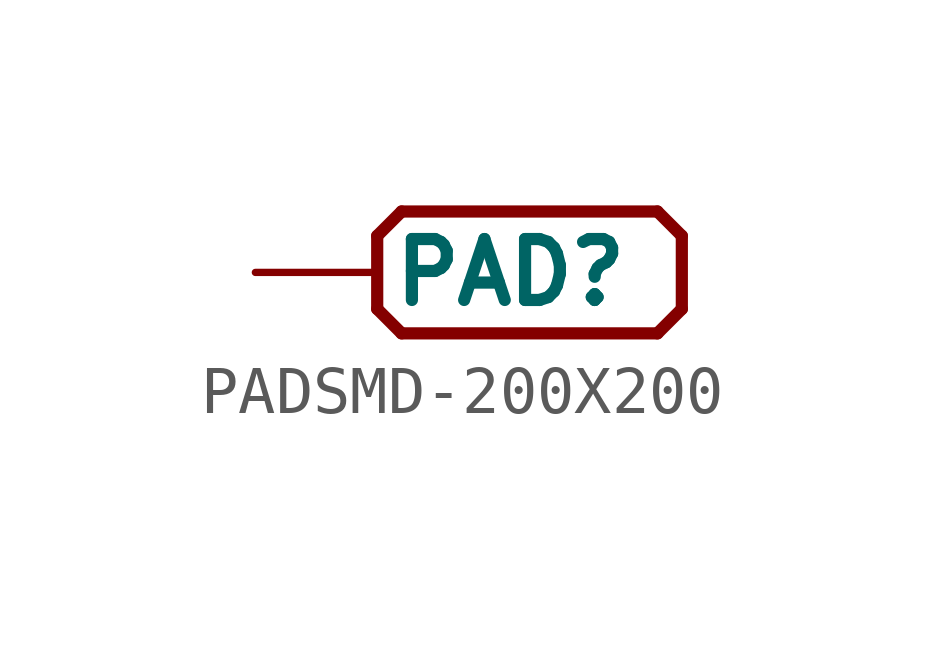
<source format=kicad_sym>
(kicad_symbol_lib
  (version 20211014)
  (generator kicad_symbol_editor)
  (symbol "PADSMD-200X200"
    (property "Reference" "PAD"
      (at -2.286 0 0)
      (effects (font (size 1.27 1.27) bold) (justify left)))
    (property "ki_locked" ""
      (at 0 0 0)
      (effects (font (size 1.27 1.27))))
    (symbol "PADSMD-200X200_1_0"
      (polyline (pts (xy -2.54 -0.762) (xy -2.54 0.762)) (stroke (width 0.254) (type default) (color 0 0 0 0)) (fill (type none)))
      (polyline (pts (xy -2.54 0.762) (xy -2.032 1.27)) (stroke (width 0.254) (type default) (color 0 0 0 0)) (fill (type none)))
      (polyline (pts (xy -2.032 -1.27) (xy -2.54 -0.762)) (stroke (width 0.254) (type default) (color 0 0 0 0)) (fill (type none)))
      (polyline (pts (xy -2.032 1.27) (xy 3.302 1.27)) (stroke (width 0.254) (type default) (color 0 0 0 0)) (fill (type none)))
      (polyline (pts (xy 3.302 -1.27) (xy -2.032 -1.27)) (stroke (width 0.254) (type default) (color 0 0 0 0)) (fill (type none)))
      (polyline (pts (xy 3.302 1.27) (xy 3.81 0.762)) (stroke (width 0.254) (type default) (color 0 0 0 0)) (fill (type none)))
      (polyline (pts (xy 3.81 -0.762) (xy 3.302 -1.27)) (stroke (width 0.254) (type default) (color 0 0 0 0)) (fill (type none)))
      (polyline (pts (xy 3.81 0.762) (xy 3.81 -0.762)) (stroke (width 0.254) (type default) (color 0 0 0 0)) (fill (type none)))
      (pin bidirectional line (at -5.08 0 0) (length 2.54) (name "PAD" (effects (font (size 0 0)))) (number "PAD" (effects (font (size 0 0))))))))
</source>
